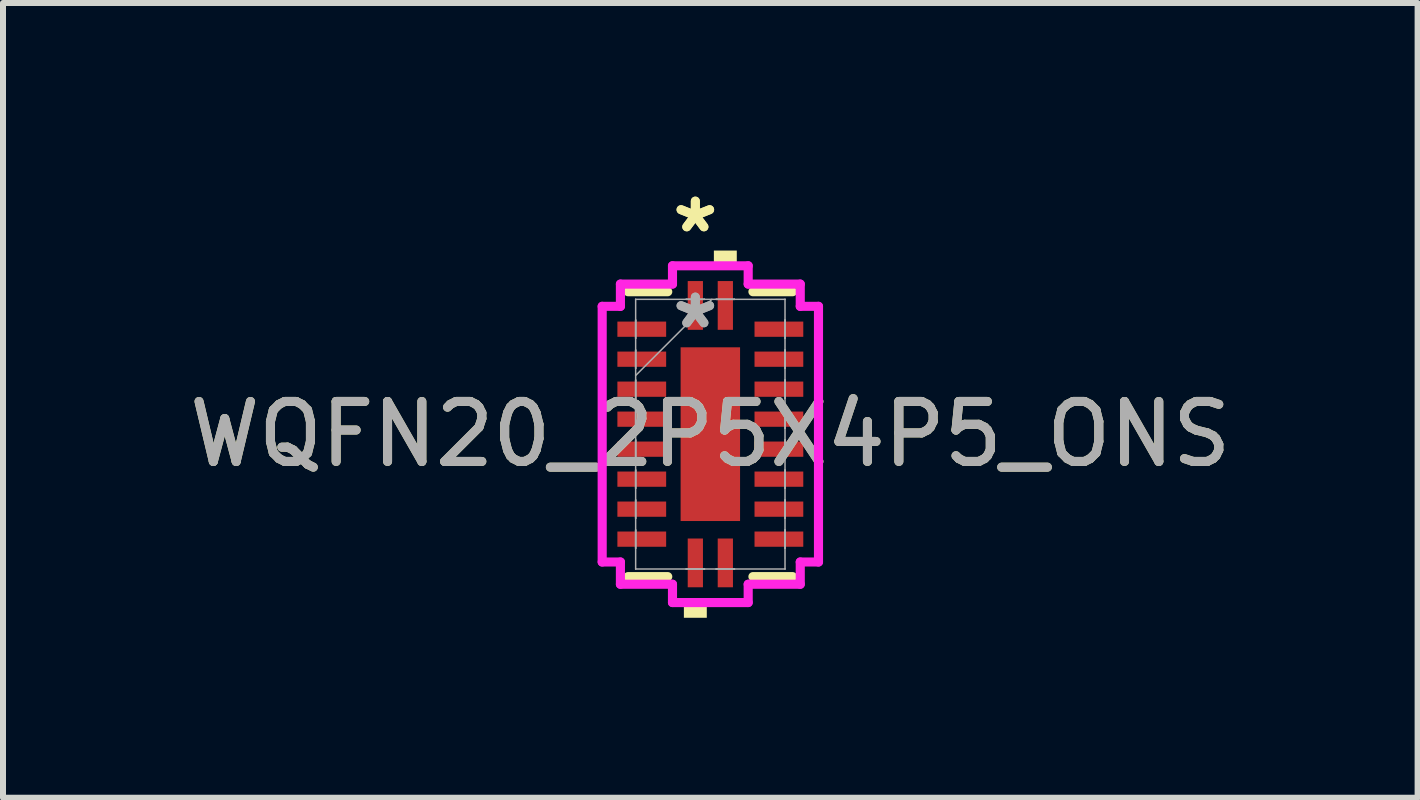
<source format=kicad_pcb>
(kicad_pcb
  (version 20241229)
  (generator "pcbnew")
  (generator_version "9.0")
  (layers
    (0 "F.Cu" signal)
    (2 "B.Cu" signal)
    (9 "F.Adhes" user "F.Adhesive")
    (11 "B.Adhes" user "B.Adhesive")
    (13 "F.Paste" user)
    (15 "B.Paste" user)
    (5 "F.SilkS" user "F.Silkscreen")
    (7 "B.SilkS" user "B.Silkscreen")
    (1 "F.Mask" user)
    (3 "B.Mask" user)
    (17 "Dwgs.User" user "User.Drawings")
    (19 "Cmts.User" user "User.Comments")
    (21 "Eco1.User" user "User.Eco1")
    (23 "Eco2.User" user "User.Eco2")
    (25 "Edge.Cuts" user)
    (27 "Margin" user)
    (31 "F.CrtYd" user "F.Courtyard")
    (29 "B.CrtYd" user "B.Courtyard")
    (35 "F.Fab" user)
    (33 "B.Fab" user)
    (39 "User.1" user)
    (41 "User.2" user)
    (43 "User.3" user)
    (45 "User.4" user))
  (footprint "WQFN20_2P5X4P5_ONS"
    (layer "F.Cu")
    (at 8.792 4.188)
    (property "Reference" "WQFN20_2P5X4P5_ONS" (at 0 0 0) (unlocked yes) (layer "F.SilkS") (effects (font (size 1 1) (thickness 0.15))))
    (attr smd)
    (fp_line (start -1.372 2.375) (end -0.71 2.375) (stroke (width 0.152) (type solid)) (layer "F.SilkS"))
    (fp_line (start -0.71 -2.375) (end -1.372 -2.375) (stroke (width 0.152) (type solid)) (layer "F.SilkS"))
    (fp_line (start 0.71 2.375) (end 1.372 2.375) (stroke (width 0.152) (type solid)) (layer "F.SilkS"))
    (fp_line (start 1.372 -2.375) (end 0.71 -2.375) (stroke (width 0.152) (type solid)) (layer "F.SilkS"))
    (fp_poly (pts (xy -0.441 2.807) (xy -0.441 3.061) (xy -0.059 3.061) (xy -0.059 2.807)) (stroke (width 0) (type solid)) (fill yes) (layer "F.SilkS"))
    (fp_poly (pts (xy 0.059 -2.807) (xy 0.059 -3.061) (xy 0.441 -3.061) (xy 0.441 -2.807)) (stroke (width 0) (type solid)) (fill yes) (layer "F.SilkS"))
    (fp_poly (pts (xy -0.395 -1.348) (xy -0.395 -0.1) (xy 0.395 -0.1) (xy 0.395 -1.348)) (stroke (width 0) (type solid)) (fill yes) (layer "F.Paste"))
    (fp_poly (pts (xy -0.395 0.1) (xy -0.395 1.348) (xy 0.395 1.348) (xy 0.395 0.1)) (stroke (width 0) (type solid)) (fill yes) (layer "F.Paste"))
    (fp_line (start -1.803 -2.131) (end -1.499 -2.131) (stroke (width 0.152) (type solid)) (layer "F.CrtYd"))
    (fp_line (start -1.803 2.131) (end -1.803 -2.131) (stroke (width 0.152) (type solid)) (layer "F.CrtYd"))
    (fp_line (start -1.499 -2.502) (end -0.631 -2.502) (stroke (width 0.152) (type solid)) (layer "F.CrtYd"))
    (fp_line (start -1.499 -2.131) (end -1.499 -2.502) (stroke (width 0.152) (type solid)) (layer "F.CrtYd"))
    (fp_line (start -1.499 2.131) (end -1.803 2.131) (stroke (width 0.152) (type solid)) (layer "F.CrtYd"))
    (fp_line (start -1.499 2.502) (end -1.499 2.131) (stroke (width 0.152) (type solid)) (layer "F.CrtYd"))
    (fp_line (start -0.631 -2.807) (end 0.631 -2.807) (stroke (width 0.152) (type solid)) (layer "F.CrtYd"))
    (fp_line (start -0.631 -2.502) (end -0.631 -2.807) (stroke (width 0.152) (type solid)) (layer "F.CrtYd"))
    (fp_line (start -0.631 2.502) (end -1.499 2.502) (stroke (width 0.152) (type solid)) (layer "F.CrtYd"))
    (fp_line (start -0.631 2.807) (end -0.631 2.502) (stroke (width 0.152) (type solid)) (layer "F.CrtYd"))
    (fp_line (start 0.631 -2.807) (end 0.631 -2.502) (stroke (width 0.152) (type solid)) (layer "F.CrtYd"))
    (fp_line (start 0.631 -2.502) (end 1.499 -2.502) (stroke (width 0.152) (type solid)) (layer "F.CrtYd"))
    (fp_line (start 0.631 2.502) (end 0.631 2.807) (stroke (width 0.152) (type solid)) (layer "F.CrtYd"))
    (fp_line (start 0.631 2.807) (end -0.631 2.807) (stroke (width 0.152) (type solid)) (layer "F.CrtYd"))
    (fp_line (start 1.499 -2.502) (end 1.499 -2.131) (stroke (width 0.152) (type solid)) (layer "F.CrtYd"))
    (fp_line (start 1.499 -2.131) (end 1.803 -2.131) (stroke (width 0.152) (type solid)) (layer "F.CrtYd"))
    (fp_line (start 1.499 2.131) (end 1.499 2.502) (stroke (width 0.152) (type solid)) (layer "F.CrtYd"))
    (fp_line (start 1.499 2.502) (end 0.631 2.502) (stroke (width 0.152) (type solid)) (layer "F.CrtYd"))
    (fp_line (start 1.803 -2.131) (end 1.803 2.131) (stroke (width 0.152) (type solid)) (layer "F.CrtYd"))
    (fp_line (start 1.803 2.131) (end 1.499 2.131) (stroke (width 0.152) (type solid)) (layer "F.CrtYd"))
    (fp_line (start -1.245 -2.248) (end -1.245 -2.248) (stroke (width 0.025) (type solid)) (layer "F.Fab"))
    (fp_line (start -1.245 -2.248) (end -1.245 2.248) (stroke (width 0.025) (type solid)) (layer "F.Fab"))
    (fp_line (start -1.245 -1.902) (end -1.245 -1.902) (stroke (width 0.025) (type solid)) (layer "F.Fab"))
    (fp_line (start -1.245 -1.902) (end -1.245 -1.598) (stroke (width 0.025) (type solid)) (layer "F.Fab"))
    (fp_line (start -1.245 -1.598) (end -1.245 -1.902) (stroke (width 0.025) (type solid)) (layer "F.Fab"))
    (fp_line (start -1.245 -1.598) (end -1.245 -1.598) (stroke (width 0.025) (type solid)) (layer "F.Fab"))
    (fp_line (start -1.245 -1.402) (end -1.245 -1.402) (stroke (width 0.025) (type solid)) (layer "F.Fab"))
    (fp_line (start -1.245 -1.402) (end -1.245 -1.098) (stroke (width 0.025) (type solid)) (layer "F.Fab"))
    (fp_line (start -1.245 -1.098) (end -1.245 -1.402) (stroke (width 0.025) (type solid)) (layer "F.Fab"))
    (fp_line (start -1.245 -1.098) (end -1.245 -1.098) (stroke (width 0.025) (type solid)) (layer "F.Fab"))
    (fp_line (start -1.245 -0.978) (end 0.025 -2.248) (stroke (width 0.025) (type solid)) (layer "F.Fab"))
    (fp_line (start -1.245 -0.902) (end -1.245 -0.902) (stroke (width 0.025) (type solid)) (layer "F.Fab"))
    (fp_line (start -1.245 -0.902) (end -1.245 -0.598) (stroke (width 0.025) (type solid)) (layer "F.Fab"))
    (fp_line (start -1.245 -0.598) (end -1.245 -0.902) (stroke (width 0.025) (type solid)) (layer "F.Fab"))
    (fp_line (start -1.245 -0.598) (end -1.245 -0.598) (stroke (width 0.025) (type solid)) (layer "F.Fab"))
    (fp_line (start -1.245 -0.402) (end -1.245 -0.402) (stroke (width 0.025) (type solid)) (layer "F.Fab"))
    (fp_line (start -1.245 -0.402) (end -1.245 -0.098) (stroke (width 0.025) (type solid)) (layer "F.Fab"))
    (fp_line (start -1.245 -0.098) (end -1.245 -0.402) (stroke (width 0.025) (type solid)) (layer "F.Fab"))
    (fp_line (start -1.245 -0.098) (end -1.245 -0.098) (stroke (width 0.025) (type solid)) (layer "F.Fab"))
    (fp_line (start -1.245 0.098) (end -1.245 0.098) (stroke (width 0.025) (type solid)) (layer "F.Fab"))
    (fp_line (start -1.245 0.098) (end -1.245 0.402) (stroke (width 0.025) (type solid)) (layer "F.Fab"))
    (fp_line (start -1.245 0.402) (end -1.245 0.098) (stroke (width 0.025) (type solid)) (layer "F.Fab"))
    (fp_line (start -1.245 0.402) (end -1.245 0.402) (stroke (width 0.025) (type solid)) (layer "F.Fab"))
    (fp_line (start -1.245 0.598) (end -1.245 0.598) (stroke (width 0.025) (type solid)) (layer "F.Fab"))
    (fp_line (start -1.245 0.598) (end -1.245 0.902) (stroke (width 0.025) (type solid)) (layer "F.Fab"))
    (fp_line (start -1.245 0.902) (end -1.245 0.598) (stroke (width 0.025) (type solid)) (layer "F.Fab"))
    (fp_line (start -1.245 0.902) (end -1.245 0.902) (stroke (width 0.025) (type solid)) (layer "F.Fab"))
    (fp_line (start -1.245 1.098) (end -1.245 1.098) (stroke (width 0.025) (type solid)) (layer "F.Fab"))
    (fp_line (start -1.245 1.098) (end -1.245 1.402) (stroke (width 0.025) (type solid)) (layer "F.Fab"))
    (fp_line (start -1.245 1.402) (end -1.245 1.098) (stroke (width 0.025) (type solid)) (layer "F.Fab"))
    (fp_line (start -1.245 1.402) (end -1.245 1.402) (stroke (width 0.025) (type solid)) (layer "F.Fab"))
    (fp_line (start -1.245 1.598) (end -1.245 1.598) (stroke (width 0.025) (type solid)) (layer "F.Fab"))
    (fp_line (start -1.245 1.598) (end -1.245 1.902) (stroke (width 0.025) (type solid)) (layer "F.Fab"))
    (fp_line (start -1.245 1.902) (end -1.245 1.598) (stroke (width 0.025) (type solid)) (layer "F.Fab"))
    (fp_line (start -1.245 1.902) (end -1.245 1.902) (stroke (width 0.025) (type solid)) (layer "F.Fab"))
    (fp_line (start -1.245 2.248) (end -1.245 2.248) (stroke (width 0.025) (type solid)) (layer "F.Fab"))
    (fp_line (start -1.245 2.248) (end 1.245 2.248) (stroke (width 0.025) (type solid)) (layer "F.Fab"))
    (fp_line (start -0.402 -2.248) (end -0.402 -2.248) (stroke (width 0.025) (type solid)) (layer "F.Fab"))
    (fp_line (start -0.402 -2.248) (end -0.098 -2.248) (stroke (width 0.025) (type solid)) (layer "F.Fab"))
    (fp_line (start -0.402 2.248) (end -0.402 2.248) (stroke (width 0.025) (type solid)) (layer "F.Fab"))
    (fp_line (start -0.402 2.248) (end -0.098 2.248) (stroke (width 0.025) (type solid)) (layer "F.Fab"))
    (fp_line (start -0.098 -2.248) (end -0.402 -2.248) (stroke (width 0.025) (type solid)) (layer "F.Fab"))
    (fp_line (start -0.098 -2.248) (end -0.098 -2.248) (stroke (width 0.025) (type solid)) (layer "F.Fab"))
    (fp_line (start -0.098 2.248) (end -0.402 2.248) (stroke (width 0.025) (type solid)) (layer "F.Fab"))
    (fp_line (start -0.098 2.248) (end -0.098 2.248) (stroke (width 0.025) (type solid)) (layer "F.Fab"))
    (fp_line (start 0.098 -2.248) (end 0.098 -2.248) (stroke (width 0.025) (type solid)) (layer "F.Fab"))
    (fp_line (start 0.098 -2.248) (end 0.402 -2.248) (stroke (width 0.025) (type solid)) (layer "F.Fab"))
    (fp_line (start 0.098 2.248) (end 0.098 2.248) (stroke (width 0.025) (type solid)) (layer "F.Fab"))
    (fp_line (start 0.098 2.248) (end 0.402 2.248) (stroke (width 0.025) (type solid)) (layer "F.Fab"))
    (fp_line (start 0.402 -2.248) (end 0.098 -2.248) (stroke (width 0.025) (type solid)) (layer "F.Fab"))
    (fp_line (start 0.402 -2.248) (end 0.402 -2.248) (stroke (width 0.025) (type solid)) (layer "F.Fab"))
    (fp_line (start 0.402 2.248) (end 0.098 2.248) (stroke (width 0.025) (type solid)) (layer "F.Fab"))
    (fp_line (start 0.402 2.248) (end 0.402 2.248) (stroke (width 0.025) (type solid)) (layer "F.Fab"))
    (fp_line (start 1.245 -2.248) (end -1.245 -2.248) (stroke (width 0.025) (type solid)) (layer "F.Fab"))
    (fp_line (start 1.245 -2.248) (end 1.245 -2.248) (stroke (width 0.025) (type solid)) (layer "F.Fab"))
    (fp_line (start 1.245 -1.902) (end 1.245 -1.902) (stroke (width 0.025) (type solid)) (layer "F.Fab"))
    (fp_line (start 1.245 -1.902) (end 1.245 -1.598) (stroke (width 0.025) (type solid)) (layer "F.Fab"))
    (fp_line (start 1.245 -1.598) (end 1.245 -1.902) (stroke (width 0.025) (type solid)) (layer "F.Fab"))
    (fp_line (start 1.245 -1.598) (end 1.245 -1.598) (stroke (width 0.025) (type solid)) (layer "F.Fab"))
    (fp_line (start 1.245 -1.402) (end 1.245 -1.402) (stroke (width 0.025) (type solid)) (layer "F.Fab"))
    (fp_line (start 1.245 -1.402) (end 1.245 -1.098) (stroke (width 0.025) (type solid)) (layer "F.Fab"))
    (fp_line (start 1.245 -1.098) (end 1.245 -1.402) (stroke (width 0.025) (type solid)) (layer "F.Fab"))
    (fp_line (start 1.245 -1.098) (end 1.245 -1.098) (stroke (width 0.025) (type solid)) (layer "F.Fab"))
    (fp_line (start 1.245 -0.902) (end 1.245 -0.902) (stroke (width 0.025) (type solid)) (layer "F.Fab"))
    (fp_line (start 1.245 -0.902) (end 1.245 -0.598) (stroke (width 0.025) (type solid)) (layer "F.Fab"))
    (fp_line (start 1.245 -0.598) (end 1.245 -0.902) (stroke (width 0.025) (type solid)) (layer "F.Fab"))
    (fp_line (start 1.245 -0.598) (end 1.245 -0.598) (stroke (width 0.025) (type solid)) (layer "F.Fab"))
    (fp_line (start 1.245 -0.402) (end 1.245 -0.402) (stroke (width 0.025) (type solid)) (layer "F.Fab"))
    (fp_line (start 1.245 -0.402) (end 1.245 -0.098) (stroke (width 0.025) (type solid)) (layer "F.Fab"))
    (fp_line (start 1.245 -0.098) (end 1.245 -0.402) (stroke (width 0.025) (type solid)) (layer "F.Fab"))
    (fp_line (start 1.245 -0.098) (end 1.245 -0.098) (stroke (width 0.025) (type solid)) (layer "F.Fab"))
    (fp_line (start 1.245 0.098) (end 1.245 0.098) (stroke (width 0.025) (type solid)) (layer "F.Fab"))
    (fp_line (start 1.245 0.098) (end 1.245 0.402) (stroke (width 0.025) (type solid)) (layer "F.Fab"))
    (fp_line (start 1.245 0.402) (end 1.245 0.098) (stroke (width 0.025) (type solid)) (layer "F.Fab"))
    (fp_line (start 1.245 0.402) (end 1.245 0.402) (stroke (width 0.025) (type solid)) (layer "F.Fab"))
    (fp_line (start 1.245 0.598) (end 1.245 0.598) (stroke (width 0.025) (type solid)) (layer "F.Fab"))
    (fp_line (start 1.245 0.598) (end 1.245 0.902) (stroke (width 0.025) (type solid)) (layer "F.Fab"))
    (fp_line (start 1.245 0.902) (end 1.245 0.598) (stroke (width 0.025) (type solid)) (layer "F.Fab"))
    (fp_line (start 1.245 0.902) (end 1.245 0.902) (stroke (width 0.025) (type solid)) (layer "F.Fab"))
    (fp_line (start 1.245 1.098) (end 1.245 1.098) (stroke (width 0.025) (type solid)) (layer "F.Fab"))
    (fp_line (start 1.245 1.098) (end 1.245 1.402) (stroke (width 0.025) (type solid)) (layer "F.Fab"))
    (fp_line (start 1.245 1.402) (end 1.245 1.098) (stroke (width 0.025) (type solid)) (layer "F.Fab"))
    (fp_line (start 1.245 1.402) (end 1.245 1.402) (stroke (width 0.025) (type solid)) (layer "F.Fab"))
    (fp_line (start 1.245 1.598) (end 1.245 1.598) (stroke (width 0.025) (type solid)) (layer "F.Fab"))
    (fp_line (start 1.245 1.598) (end 1.245 1.902) (stroke (width 0.025) (type solid)) (layer "F.Fab"))
    (fp_line (start 1.245 1.902) (end 1.245 1.598) (stroke (width 0.025) (type solid)) (layer "F.Fab"))
    (fp_line (start 1.245 1.902) (end 1.245 1.902) (stroke (width 0.025) (type solid)) (layer "F.Fab"))
    (fp_line (start 1.245 2.248) (end 1.245 -2.248) (stroke (width 0.025) (type solid)) (layer "F.Fab"))
    (fp_line (start 1.245 2.248) (end 1.245 2.248) (stroke (width 0.025) (type solid)) (layer "F.Fab"))
    (fp_text user "*" (at -0.25 -3.34 0) (layer "F.SilkS") (effects (font (size 1 1) (thickness 0.15))))
    (fp_text user "*" (at -0.25 -3.34 0) (unlocked yes) (layer "F.SilkS") (effects (font (size 1 1) (thickness 0.15))))
    (fp_text user "${REFERENCE}" (at 0 0 0) (unlocked yes) (layer "F.Fab") (effects (font (size 1 1) (thickness 0.15))))
    (fp_text user "*" (at -0.25 -1.74 0) (layer "F.Fab") (effects (font (size 1 1) (thickness 0.15))))
    (fp_text user "*" (at -0.25 -1.74 0) (unlocked yes) (layer "F.Fab") (effects (font (size 1 1) (thickness 0.15))))
    (pad "1" smd rect (at -0.25 -2.146) (size 0.254 0.813) (layers "F.Cu" "F.Mask" "F.Paste"))
    (pad "2" smd rect (at -1.143 -1.75 90) (size 0.254 0.813) (layers "F.Cu" "F.Mask" "F.Paste"))
    (pad "3" smd rect (at -1.143 -1.25 90) (size 0.254 0.813) (layers "F.Cu" "F.Mask" "F.Paste"))
    (pad "4" smd rect (at -1.143 -0.75 90) (size 0.254 0.813) (layers "F.Cu" "F.Mask" "F.Paste"))
    (pad "5" smd rect (at -1.143 -0.25 90) (size 0.254 0.813) (layers "F.Cu" "F.Mask" "F.Paste"))
    (pad "6" smd rect (at -1.143 0.25 90) (size 0.254 0.813) (layers "F.Cu" "F.Mask" "F.Paste"))
    (pad "7" smd rect (at -1.143 0.75 90) (size 0.254 0.813) (layers "F.Cu" "F.Mask" "F.Paste"))
    (pad "8" smd rect (at -1.143 1.25 90) (size 0.254 0.813) (layers "F.Cu" "F.Mask" "F.Paste"))
    (pad "9" smd rect (at -1.143 1.75 90) (size 0.254 0.813) (layers "F.Cu" "F.Mask" "F.Paste"))
    (pad "10" smd rect (at -0.25 2.146) (size 0.254 0.813) (layers "F.Cu" "F.Mask" "F.Paste"))
    (pad "11" smd rect (at 0.25 2.146) (size 0.254 0.813) (layers "F.Cu" "F.Mask" "F.Paste"))
    (pad "12" smd rect (at 1.143 1.75 90) (size 0.254 0.813) (layers "F.Cu" "F.Mask" "F.Paste"))
    (pad "13" smd rect (at 1.143 1.25 90) (size 0.254 0.813) (layers "F.Cu" "F.Mask" "F.Paste"))
    (pad "14" smd rect (at 1.143 0.75 90) (size 0.254 0.813) (layers "F.Cu" "F.Mask" "F.Paste"))
    (pad "15" smd rect (at 1.143 0.25 90) (size 0.254 0.813) (layers "F.Cu" "F.Mask" "F.Paste"))
    (pad "16" smd rect (at 1.143 -0.25 90) (size 0.254 0.813) (layers "F.Cu" "F.Mask" "F.Paste"))
    (pad "17" smd rect (at 1.143 -0.75 90) (size 0.254 0.813) (layers "F.Cu" "F.Mask" "F.Paste"))
    (pad "18" smd rect (at 1.143 -1.25 90) (size 0.254 0.813) (layers "F.Cu" "F.Mask" "F.Paste"))
    (pad "19" smd rect (at 1.143 -1.75 90) (size 0.254 0.813) (layers "F.Cu" "F.Mask" "F.Paste"))
    (pad "20" smd rect (at 0.25 -2.146) (size 0.254 0.813) (layers "F.Cu" "F.Mask" "F.Paste"))
    (pad "21" smd rect (at 0 0) (size 0.991 2.896) (layers "F.Cu" "F.Mask" "F.Paste")))
  (gr_rect
    (start -3 -3)
    (end 20.583 10.249)
    (stroke (width 0.1) (type default))
    (fill no)
    (layer "Edge.Cuts")))
</source>
